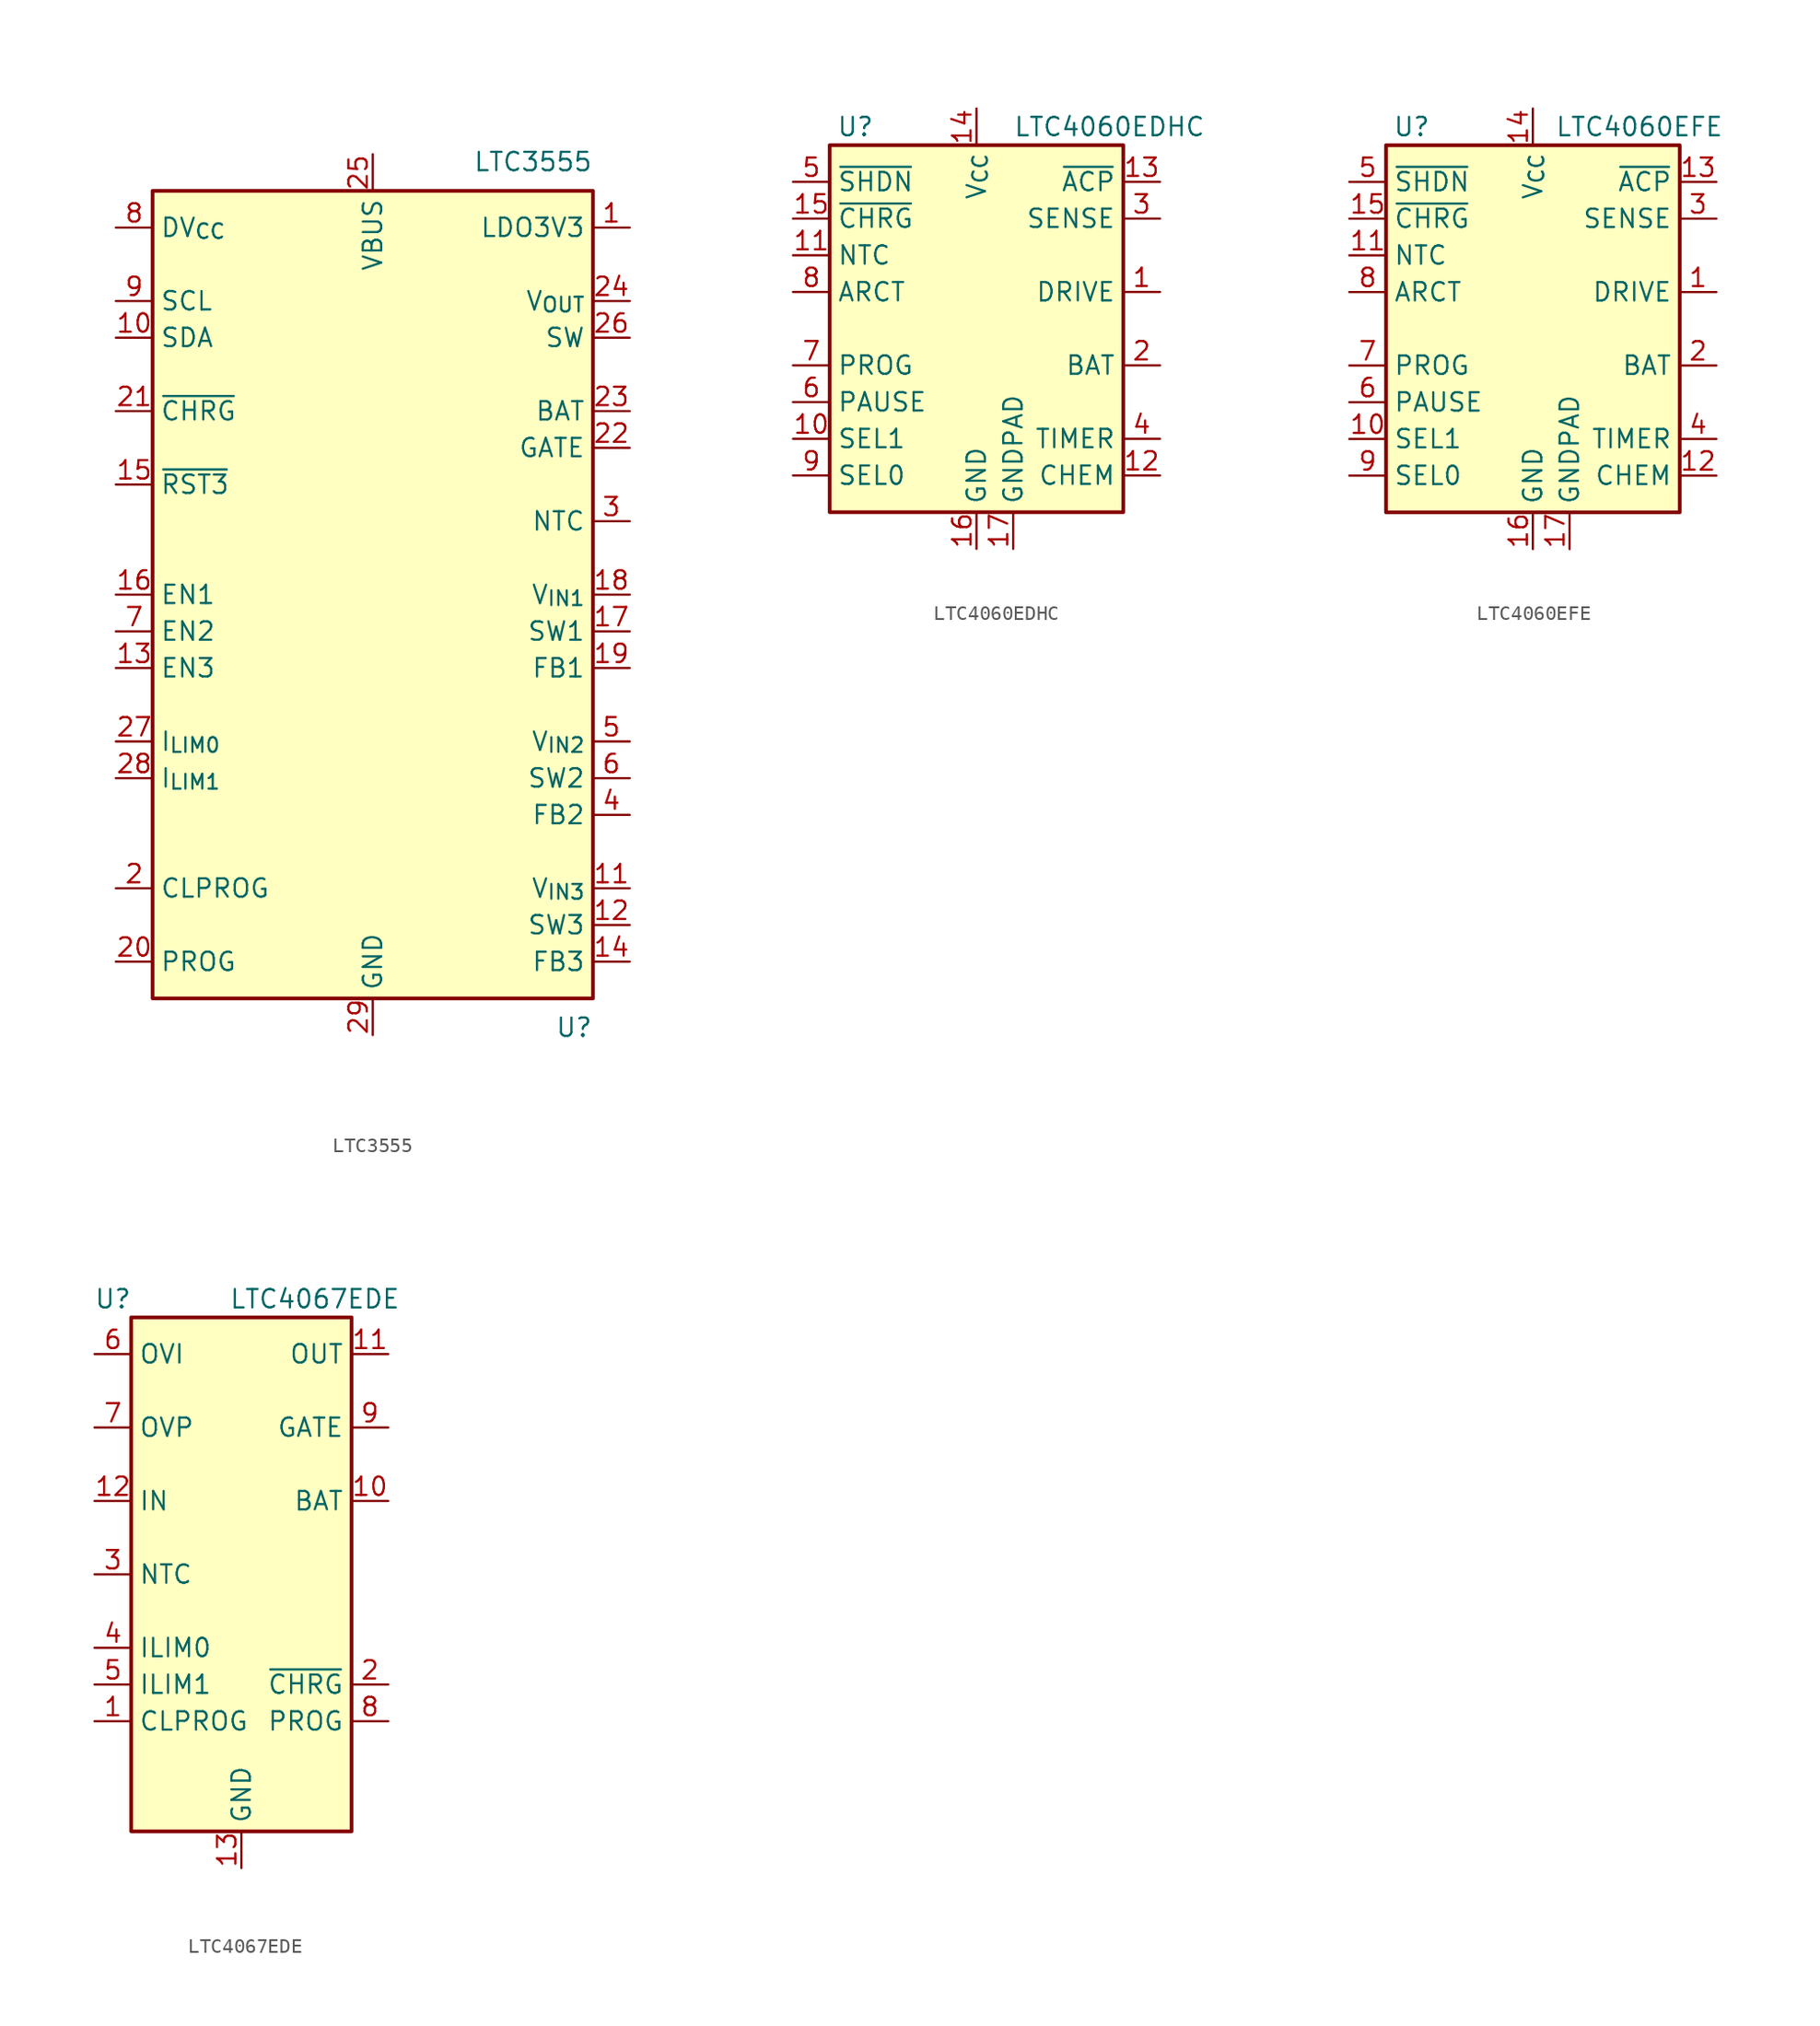
<source format=kicad_sym>
(kicad_symbol_lib
  (version 20231120)
  (generator "kicad_symbol_editor")
  (generator_version "8.0")
  (symbol "LTC3555"
    (property "Reference" "U"
      (at 15.24 -29.21 0)
      (effects (font (size 1.27 1.27)) (justify right top)))
    (property "Value" "LTC3555"
      (at 15.24 29.21 0)
      (effects (font (size 1.27 1.27)) (justify right bottom)))
    (symbol "LTC3555_0_1"
      (rectangle (start -15.24 27.94) (end 15.24 -27.94) (stroke (width 0.254) (type default)) (fill (type background))))
    (symbol "LTC3555_1_1"
      (pin power_out line (at 17.78 25.4 180) (length 2.54) (name "LDO3V3" (effects (font (size 1.27 1.27)))) (number "1" (effects (font (size 1.27 1.27)))))
      (pin bidirectional line (at -17.78 17.78 0) (length 2.54) (name "SDA" (effects (font (size 1.27 1.27)))) (number "10" (effects (font (size 1.27 1.27)))))
      (pin power_in line (at 17.78 -20.32 180) (length 2.54) (name "V_{IN3}" (effects (font (size 1.27 1.27)))) (number "11" (effects (font (size 1.27 1.27)))))
      (pin power_out line (at 17.78 -22.86 180) (length 2.54) (name "SW3" (effects (font (size 1.27 1.27)))) (number "12" (effects (font (size 1.27 1.27)))))
      (pin input line (at -17.78 -5.08 0) (length 2.54) (name "EN3" (effects (font (size 1.27 1.27)))) (number "13" (effects (font (size 1.27 1.27)))))
      (pin input line (at 17.78 -25.4 180) (length 2.54) (name "FB3" (effects (font (size 1.27 1.27)))) (number "14" (effects (font (size 1.27 1.27)))))
      (pin open_collector line (at -17.78 7.62 0) (length 2.54) (name "~{RST3}" (effects (font (size 1.27 1.27)))) (number "15" (effects (font (size 1.27 1.27)))))
      (pin input line (at -17.78 0 0) (length 2.54) (name "EN1" (effects (font (size 1.27 1.27)))) (number "16" (effects (font (size 1.27 1.27)))))
      (pin power_out line (at 17.78 -2.54 180) (length 2.54) (name "SW1" (effects (font (size 1.27 1.27)))) (number "17" (effects (font (size 1.27 1.27)))))
      (pin power_in line (at 17.78 0 180) (length 2.54) (name "V_{IN1}" (effects (font (size 1.27 1.27)))) (number "18" (effects (font (size 1.27 1.27)))))
      (pin input line (at 17.78 -5.08 180) (length 2.54) (name "FB1" (effects (font (size 1.27 1.27)))) (number "19" (effects (font (size 1.27 1.27)))))
      (pin passive line (at -17.78 -20.32 0) (length 2.54) (name "CLPROG" (effects (font (size 1.27 1.27)))) (number "2" (effects (font (size 1.27 1.27)))))
      (pin passive line (at -17.78 -25.4 0) (length 2.54) (name "PROG" (effects (font (size 1.27 1.27)))) (number "20" (effects (font (size 1.27 1.27)))))
      (pin open_collector line (at -17.78 12.7 0) (length 2.54) (name "~{CHRG}" (effects (font (size 1.27 1.27)))) (number "21" (effects (font (size 1.27 1.27)))))
      (pin output line (at 17.78 10.16 180) (length 2.54) (name "GATE" (effects (font (size 1.27 1.27)))) (number "22" (effects (font (size 1.27 1.27)))))
      (pin power_out line (at 17.78 12.7 180) (length 2.54) (name "BAT" (effects (font (size 1.27 1.27)))) (number "23" (effects (font (size 1.27 1.27)))))
      (pin power_out line (at 17.78 20.32 180) (length 2.54) (name "V_{OUT}" (effects (font (size 1.27 1.27)))) (number "24" (effects (font (size 1.27 1.27)))))
      (pin power_in line (at 0 30.48 270) (length 2.54) (name "VBUS" (effects (font (size 1.27 1.27)))) (number "25" (effects (font (size 1.27 1.27)))))
      (pin power_out line (at 17.78 17.78 180) (length 2.54) (name "SW" (effects (font (size 1.27 1.27)))) (number "26" (effects (font (size 1.27 1.27)))))
      (pin input line (at -17.78 -10.16 0) (length 2.54) (name "I_{LIM0}" (effects (font (size 1.27 1.27)))) (number "27" (effects (font (size 1.27 1.27)))))
      (pin input line (at -17.78 -12.7 0) (length 2.54) (name "I_{LIM1}" (effects (font (size 1.27 1.27)))) (number "28" (effects (font (size 1.27 1.27)))))
      (pin power_in line (at 0 -30.48 90) (length 2.54) (name "GND" (effects (font (size 1.27 1.27)))) (number "29" (effects (font (size 1.27 1.27)))))
      (pin passive line (at 17.78 5.08 180) (length 2.54) (name "NTC" (effects (font (size 1.27 1.27)))) (number "3" (effects (font (size 1.27 1.27)))))
      (pin input line (at 17.78 -15.24 180) (length 2.54) (name "FB2" (effects (font (size 1.27 1.27)))) (number "4" (effects (font (size 1.27 1.27)))))
      (pin power_in line (at 17.78 -10.16 180) (length 2.54) (name "V_{IN2}" (effects (font (size 1.27 1.27)))) (number "5" (effects (font (size 1.27 1.27)))))
      (pin power_out line (at 17.78 -12.7 180) (length 2.54) (name "SW2" (effects (font (size 1.27 1.27)))) (number "6" (effects (font (size 1.27 1.27)))))
      (pin input line (at -17.78 -2.54 0) (length 2.54) (name "EN2" (effects (font (size 1.27 1.27)))) (number "7" (effects (font (size 1.27 1.27)))))
      (pin power_in line (at -17.78 25.4 0) (length 2.54) (name "DV_{CC}" (effects (font (size 1.27 1.27)))) (number "8" (effects (font (size 1.27 1.27)))))
      (pin input line (at -17.78 20.32 0) (length 2.54) (name "SCL" (effects (font (size 1.27 1.27)))) (number "9" (effects (font (size 1.27 1.27)))))))
  (symbol "LTC4060EDHC"
    (property "Reference" "U"
      (at -8.382 13.97 0)
      (effects (font (size 1.27 1.27))))
    (property "Value" "LTC4060EDHC"
      (at 2.54 13.97 0)
      (effects (font (size 1.27 1.27)) (justify left)))
    (symbol "LTC4060EDHC_0_1"
      (rectangle (start -10.16 12.7) (end 10.16 -12.7) (stroke (width 0.254) (type default)) (fill (type background))))
    (symbol "LTC4060EDHC_1_1"
      (pin output line (at 12.7 2.54 180) (length 2.54) (name "DRIVE" (effects (font (size 1.27 1.27)))) (number "1" (effects (font (size 1.27 1.27)))))
      (pin input line (at -12.7 -7.62 0) (length 2.54) (name "SEL1" (effects (font (size 1.27 1.27)))) (number "10" (effects (font (size 1.27 1.27)))))
      (pin input line (at -12.7 5.08 0) (length 2.54) (name "NTC" (effects (font (size 1.27 1.27)))) (number "11" (effects (font (size 1.27 1.27)))))
      (pin input line (at 12.7 -10.16 180) (length 2.54) (name "CHEM" (effects (font (size 1.27 1.27)))) (number "12" (effects (font (size 1.27 1.27)))))
      (pin open_collector line (at 12.7 10.16 180) (length 2.54) (name "~{ACP}" (effects (font (size 1.27 1.27)))) (number "13" (effects (font (size 1.27 1.27)))))
      (pin power_in line (at 0 15.24 270) (length 2.54) (name "V_{CC}" (effects (font (size 1.27 1.27)))) (number "14" (effects (font (size 1.27 1.27)))))
      (pin open_collector line (at -12.7 7.62 0) (length 2.54) (name "~{CHRG}" (effects (font (size 1.27 1.27)))) (number "15" (effects (font (size 1.27 1.27)))))
      (pin power_in line (at 0 -15.24 90) (length 2.54) (name "GND" (effects (font (size 1.27 1.27)))) (number "16" (effects (font (size 1.27 1.27)))))
      (pin power_in line (at 2.54 -15.24 90) (length 2.54) (name "GNDPAD" (effects (font (size 1.27 1.27)))) (number "17" (effects (font (size 1.27 1.27)))))
      (pin input line (at 12.7 -2.54 180) (length 2.54) (name "BAT" (effects (font (size 1.27 1.27)))) (number "2" (effects (font (size 1.27 1.27)))))
      (pin input line (at 12.7 7.62 180) (length 2.54) (name "SENSE" (effects (font (size 1.27 1.27)))) (number "3" (effects (font (size 1.27 1.27)))))
      (pin input line (at 12.7 -7.62 180) (length 2.54) (name "TIMER" (effects (font (size 1.27 1.27)))) (number "4" (effects (font (size 1.27 1.27)))))
      (pin input line (at -12.7 10.16 0) (length 2.54) (name "~{SHDN}" (effects (font (size 1.27 1.27)))) (number "5" (effects (font (size 1.27 1.27)))))
      (pin input line (at -12.7 -5.08 0) (length 2.54) (name "PAUSE" (effects (font (size 1.27 1.27)))) (number "6" (effects (font (size 1.27 1.27)))))
      (pin input line (at -12.7 -2.54 0) (length 2.54) (name "PROG" (effects (font (size 1.27 1.27)))) (number "7" (effects (font (size 1.27 1.27)))))
      (pin input line (at -12.7 2.54 0) (length 2.54) (name "ARCT" (effects (font (size 1.27 1.27)))) (number "8" (effects (font (size 1.27 1.27)))))
      (pin input line (at -12.7 -10.16 0) (length 2.54) (name "SEL0" (effects (font (size 1.27 1.27)))) (number "9" (effects (font (size 1.27 1.27)))))))
  (symbol "LTC4060EFE"
    (property "Reference" "U"
      (at -8.382 13.97 0)
      (effects (font (size 1.27 1.27))))
    (property "Value" "LTC4060EFE"
      (at 1.524 13.97 0)
      (effects (font (size 1.27 1.27)) (justify left)))
    (symbol "LTC4060EFE_0_1"
      (rectangle (start -10.16 12.7) (end 10.16 -12.7) (stroke (width 0.254) (type default)) (fill (type background))))
    (symbol "LTC4060EFE_1_1"
      (pin output line (at 12.7 2.54 180) (length 2.54) (name "DRIVE" (effects (font (size 1.27 1.27)))) (number "1" (effects (font (size 1.27 1.27)))))
      (pin input line (at -12.7 -7.62 0) (length 2.54) (name "SEL1" (effects (font (size 1.27 1.27)))) (number "10" (effects (font (size 1.27 1.27)))))
      (pin input line (at -12.7 5.08 0) (length 2.54) (name "NTC" (effects (font (size 1.27 1.27)))) (number "11" (effects (font (size 1.27 1.27)))))
      (pin input line (at 12.7 -10.16 180) (length 2.54) (name "CHEM" (effects (font (size 1.27 1.27)))) (number "12" (effects (font (size 1.27 1.27)))))
      (pin open_collector line (at 12.7 10.16 180) (length 2.54) (name "~{ACP}" (effects (font (size 1.27 1.27)))) (number "13" (effects (font (size 1.27 1.27)))))
      (pin power_in line (at 0 15.24 270) (length 2.54) (name "V_{CC}" (effects (font (size 1.27 1.27)))) (number "14" (effects (font (size 1.27 1.27)))))
      (pin open_collector line (at -12.7 7.62 0) (length 2.54) (name "~{CHRG}" (effects (font (size 1.27 1.27)))) (number "15" (effects (font (size 1.27 1.27)))))
      (pin power_in line (at 0 -15.24 90) (length 2.54) (name "GND" (effects (font (size 1.27 1.27)))) (number "16" (effects (font (size 1.27 1.27)))))
      (pin power_in line (at 2.54 -15.24 90) (length 2.54) (name "GNDPAD" (effects (font (size 1.27 1.27)))) (number "17" (effects (font (size 1.27 1.27)))))
      (pin input line (at 12.7 -2.54 180) (length 2.54) (name "BAT" (effects (font (size 1.27 1.27)))) (number "2" (effects (font (size 1.27 1.27)))))
      (pin input line (at 12.7 7.62 180) (length 2.54) (name "SENSE" (effects (font (size 1.27 1.27)))) (number "3" (effects (font (size 1.27 1.27)))))
      (pin input line (at 12.7 -7.62 180) (length 2.54) (name "TIMER" (effects (font (size 1.27 1.27)))) (number "4" (effects (font (size 1.27 1.27)))))
      (pin input line (at -12.7 10.16 0) (length 2.54) (name "~{SHDN}" (effects (font (size 1.27 1.27)))) (number "5" (effects (font (size 1.27 1.27)))))
      (pin input line (at -12.7 -5.08 0) (length 2.54) (name "PAUSE" (effects (font (size 1.27 1.27)))) (number "6" (effects (font (size 1.27 1.27)))))
      (pin input line (at -12.7 -2.54 0) (length 2.54) (name "PROG" (effects (font (size 1.27 1.27)))) (number "7" (effects (font (size 1.27 1.27)))))
      (pin input line (at -12.7 2.54 0) (length 2.54) (name "ARCT" (effects (font (size 1.27 1.27)))) (number "8" (effects (font (size 1.27 1.27)))))
      (pin input line (at -12.7 -10.16 0) (length 2.54) (name "SEL0" (effects (font (size 1.27 1.27)))) (number "9" (effects (font (size 1.27 1.27)))))))
  (symbol "LTC4067EDE"
    (property "Reference" "U"
      (at -8.89 19.05 0)
      (effects (font (size 1.27 1.27))))
    (property "Value" "LTC4067EDE"
      (at 5.08 19.05 0)
      (effects (font (size 1.27 1.27))))
    (symbol "LTC4067EDE_0_1"
      (rectangle (start -7.62 17.78) (end 7.62 -17.78) (stroke (width 0.254) (type default)) (fill (type background))))
    (symbol "LTC4067EDE_1_1"
      (pin input line (at -10.16 -10.16 0) (length 2.54) (name "CLPROG" (effects (font (size 1.27 1.27)))) (number "1" (effects (font (size 1.27 1.27)))))
      (pin input line (at 10.16 5.08 180) (length 2.54) (name "BAT" (effects (font (size 1.27 1.27)))) (number "10" (effects (font (size 1.27 1.27)))))
      (pin power_out line (at 10.16 15.24 180) (length 2.54) (name "OUT" (effects (font (size 1.27 1.27)))) (number "11" (effects (font (size 1.27 1.27)))))
      (pin power_in line (at -10.16 5.08 0) (length 2.54) (name "IN" (effects (font (size 1.27 1.27)))) (number "12" (effects (font (size 1.27 1.27)))))
      (pin power_in line (at 0 -20.32 90) (length 2.54) (name "GND" (effects (font (size 1.27 1.27)))) (number "13" (effects (font (size 1.27 1.27)))))
      (pin open_collector line (at 10.16 -7.62 180) (length 2.54) (name "~{CHRG}" (effects (font (size 1.27 1.27)))) (number "2" (effects (font (size 1.27 1.27)))))
      (pin input line (at -10.16 0 0) (length 2.54) (name "NTC" (effects (font (size 1.27 1.27)))) (number "3" (effects (font (size 1.27 1.27)))))
      (pin input line (at -10.16 -5.08 0) (length 2.54) (name "ILIM0" (effects (font (size 1.27 1.27)))) (number "4" (effects (font (size 1.27 1.27)))))
      (pin input line (at -10.16 -7.62 0) (length 2.54) (name "ILIM1" (effects (font (size 1.27 1.27)))) (number "5" (effects (font (size 1.27 1.27)))))
      (pin input line (at -10.16 15.24 0) (length 2.54) (name "OVI" (effects (font (size 1.27 1.27)))) (number "6" (effects (font (size 1.27 1.27)))))
      (pin output line (at -10.16 10.16 0) (length 2.54) (name "OVP" (effects (font (size 1.27 1.27)))) (number "7" (effects (font (size 1.27 1.27)))))
      (pin input line (at 10.16 -10.16 180) (length 2.54) (name "PROG" (effects (font (size 1.27 1.27)))) (number "8" (effects (font (size 1.27 1.27)))))
      (pin output line (at 10.16 10.16 180) (length 2.54) (name "GATE" (effects (font (size 1.27 1.27)))) (number "9" (effects (font (size 1.27 1.27))))))))
</source>
